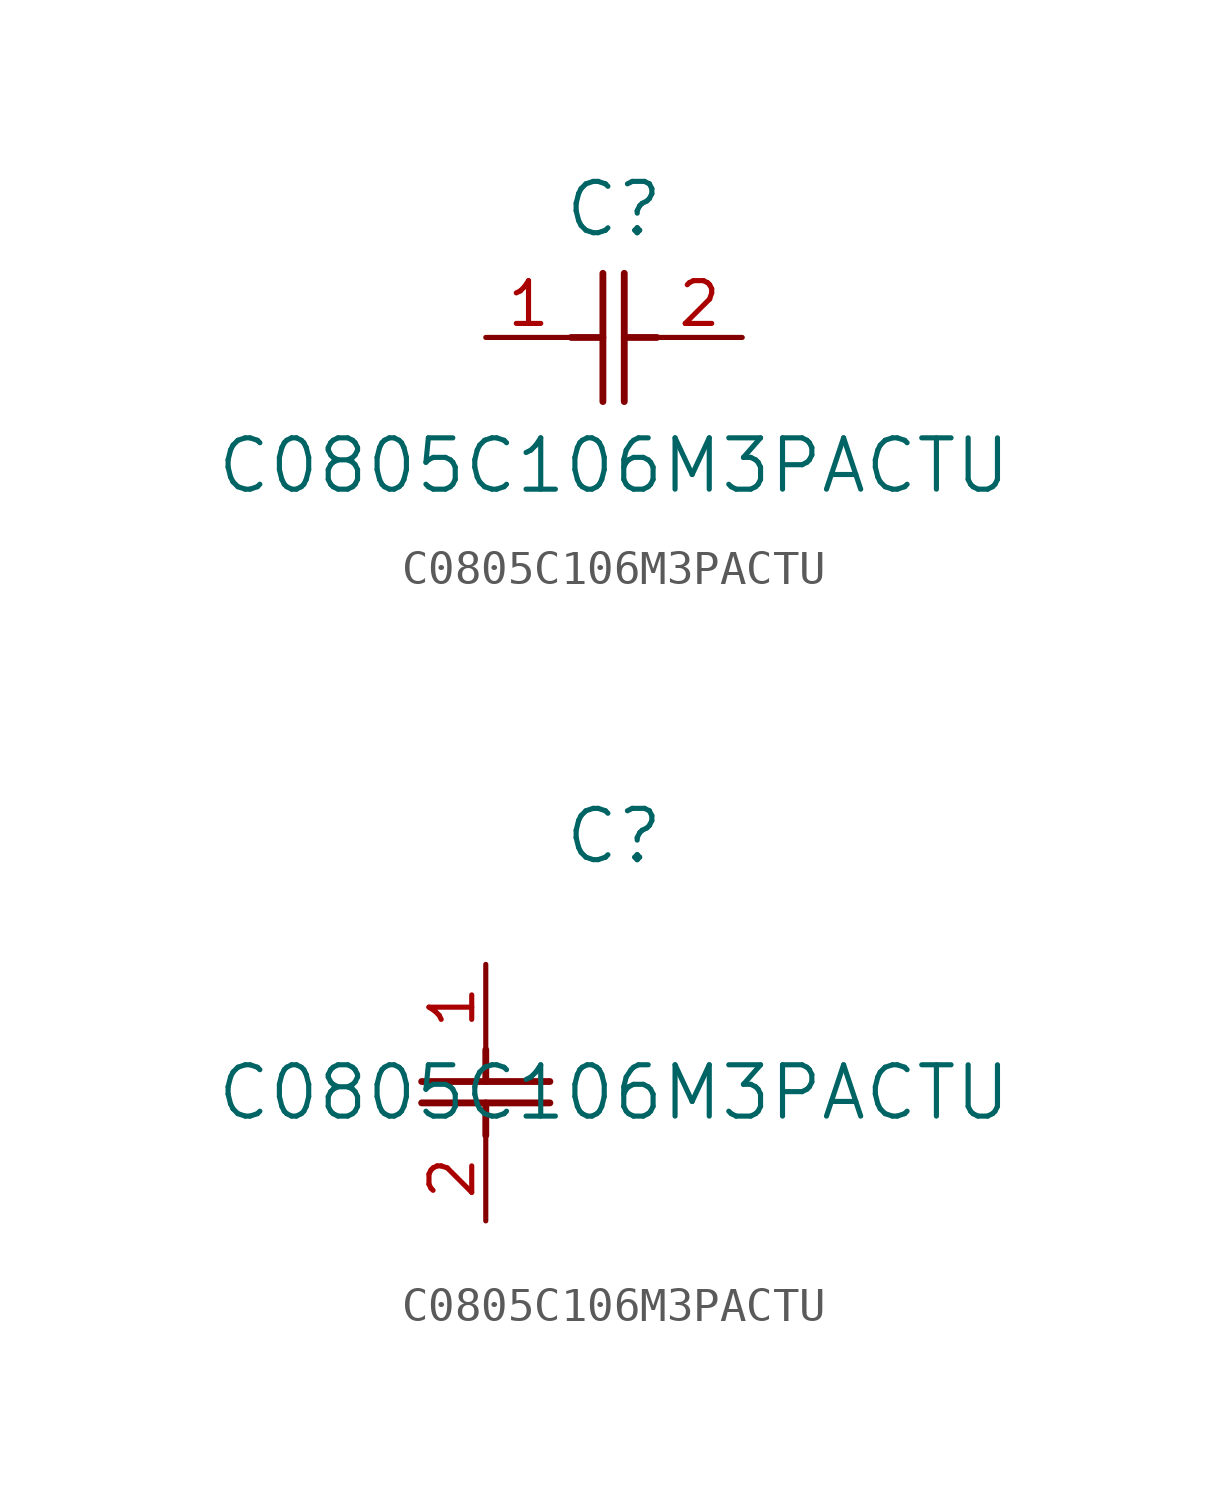
<source format=kicad_sym>
(kicad_symbol_lib
  (version 20211014)
  (generator kicad_symbol_editor)
  (symbol "C0805C106M3PACTU"
    (pin_names
      (offset 0.254))
    (property "Reference" "C"
      (at 3.81 3.81 0)
      (effects (font (size 1.524 1.524))))
    (property "Value" "C0805C106M3PACTU"
      (at 3.81 -3.81 0)
      (effects (font (size 1.524 1.524))))
    (symbol "C0805C106M3PACTU_1_1"
      (polyline (pts (xy 3.48 -1.905) (xy 3.48 1.905)) (stroke (width 0.203) (type default) (color 0 0 0 0)) (fill (type none)))
      (polyline (pts (xy 4.115 -1.905) (xy 4.115 1.905)) (stroke (width 0.203) (type default) (color 0 0 0 0)) (fill (type none)))
      (polyline (pts (xy 4.115 0) (xy 5.08 0)) (stroke (width 0.203) (type default) (color 0 0 0 0)) (fill (type none)))
      (polyline (pts (xy 2.54 0) (xy 3.48 0)) (stroke (width 0.203) (type default) (color 0 0 0 0)) (fill (type none)))
      (pin unspecified line (at 0 0 0) (length 2.54) (name "" (effects (font (size 1.27 1.27)))) (number "1" (effects (font (size 1.27 1.27)))))
      (pin unspecified line (at 7.62 0 180) (length 2.54) (name "" (effects (font (size 1.27 1.27)))) (number "2" (effects (font (size 1.27 1.27))))))
    (symbol "C0805C106M3PACTU_1_2"
      (polyline (pts (xy -1.905 -3.48) (xy 1.905 -3.48)) (stroke (width 0.203) (type default) (color 0 0 0 0)) (fill (type none)))
      (polyline (pts (xy -1.905 -4.115) (xy 1.905 -4.115)) (stroke (width 0.203) (type default) (color 0 0 0 0)) (fill (type none)))
      (polyline (pts (xy 0 -4.115) (xy 0 -5.08)) (stroke (width 0.203) (type default) (color 0 0 0 0)) (fill (type none)))
      (polyline (pts (xy 0 -2.54) (xy 0 -3.48)) (stroke (width 0.203) (type default) (color 0 0 0 0)) (fill (type none)))
      (pin unspecified line (at 0 0 270) (length 2.54) (name "" (effects (font (size 1.27 1.27)))) (number "1" (effects (font (size 1.27 1.27)))))
      (pin unspecified line (at 0 -7.62 90) (length 2.54) (name "" (effects (font (size 1.27 1.27)))) (number "2" (effects (font (size 1.27 1.27))))))))
</source>
